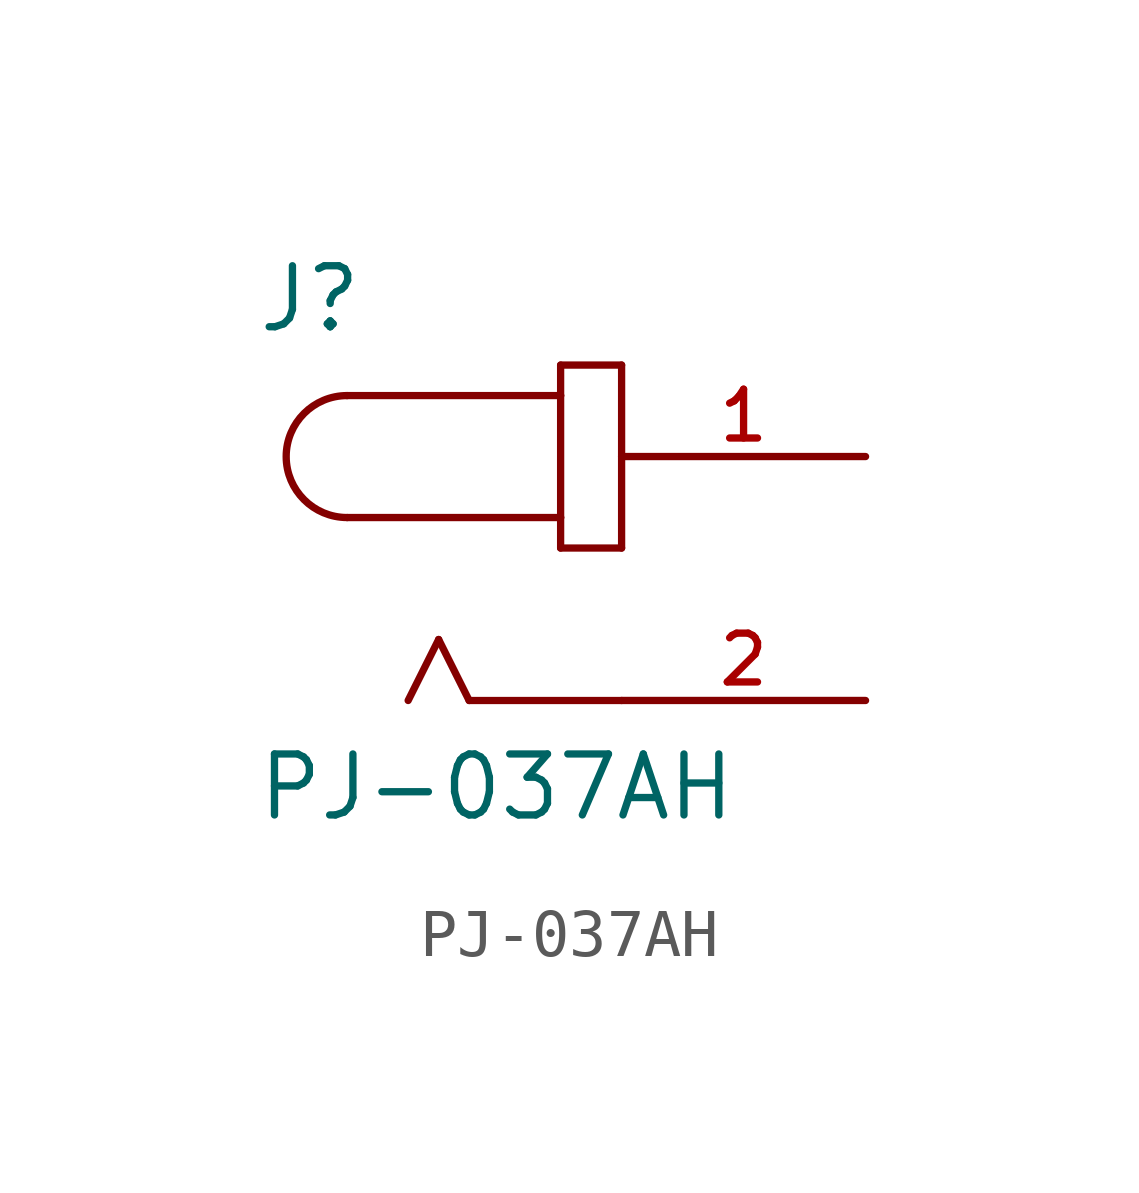
<source format=kicad_sym>
(kicad_symbol_lib
  (version 20231120)
  (generator "kicad_symbol_editor")
  (generator_version "8.0")
  (symbol "PJ-037AH"
    (pin_names
      (offset 1.016))
    (property "Reference" "J"
      (at -7.62 5.08 0)
      (effects (font (size 1.27 1.27)) (justify left bottom)))
    (property "Value" "PJ-037AH"
      (at -7.631 -5.087 0)
      (effects (font (size 1.27 1.27)) (justify left bottom)))
    (symbol "PJ-037AH_0_0"
      (arc (start -5.715 3.81) (mid -6.9794 2.54) (end -5.715 1.27) (stroke (width 0.1524) (type default)) (fill (type none)))
      (polyline (pts (xy -5.715 3.81) (xy -1.27 3.81)) (stroke (width 0.152) (type default)) (fill (type none)))
      (polyline (pts (xy -3.81 -1.27) (xy -4.445 -2.54)) (stroke (width 0.152) (type default)) (fill (type none)))
      (polyline (pts (xy -3.175 -2.54) (xy -3.81 -1.27)) (stroke (width 0.152) (type default)) (fill (type none)))
      (polyline (pts (xy -1.27 0.635) (xy 0 0.635)) (stroke (width 0.152) (type default)) (fill (type none)))
      (polyline (pts (xy -1.27 1.27) (xy -5.715 1.27)) (stroke (width 0.152) (type default)) (fill (type none)))
      (polyline (pts (xy -1.27 1.27) (xy -1.27 0.635)) (stroke (width 0.152) (type default)) (fill (type none)))
      (polyline (pts (xy -1.27 3.81) (xy -1.27 1.27)) (stroke (width 0.152) (type default)) (fill (type none)))
      (polyline (pts (xy -1.27 4.445) (xy -1.27 3.81)) (stroke (width 0.152) (type default)) (fill (type none)))
      (polyline (pts (xy 0 -2.54) (xy -3.175 -2.54)) (stroke (width 0.152) (type default)) (fill (type none)))
      (polyline (pts (xy 0 0.635) (xy 0 4.445)) (stroke (width 0.152) (type default)) (fill (type none)))
      (polyline (pts (xy 0 4.445) (xy -1.27 4.445)) (stroke (width 0.152) (type default)) (fill (type none)))
      (pin passive line (at 5.08 2.54 180) (length 5.08) (name "~" (effects (font (size 1.016 1.016)))) (number "1" (effects (font (size 1.016 1.016)))))
      (pin passive line (at 5.08 -2.54 180) (length 5.08) (name "~" (effects (font (size 1.016 1.016)))) (number "2" (effects (font (size 1.016 1.016))))))))
</source>
